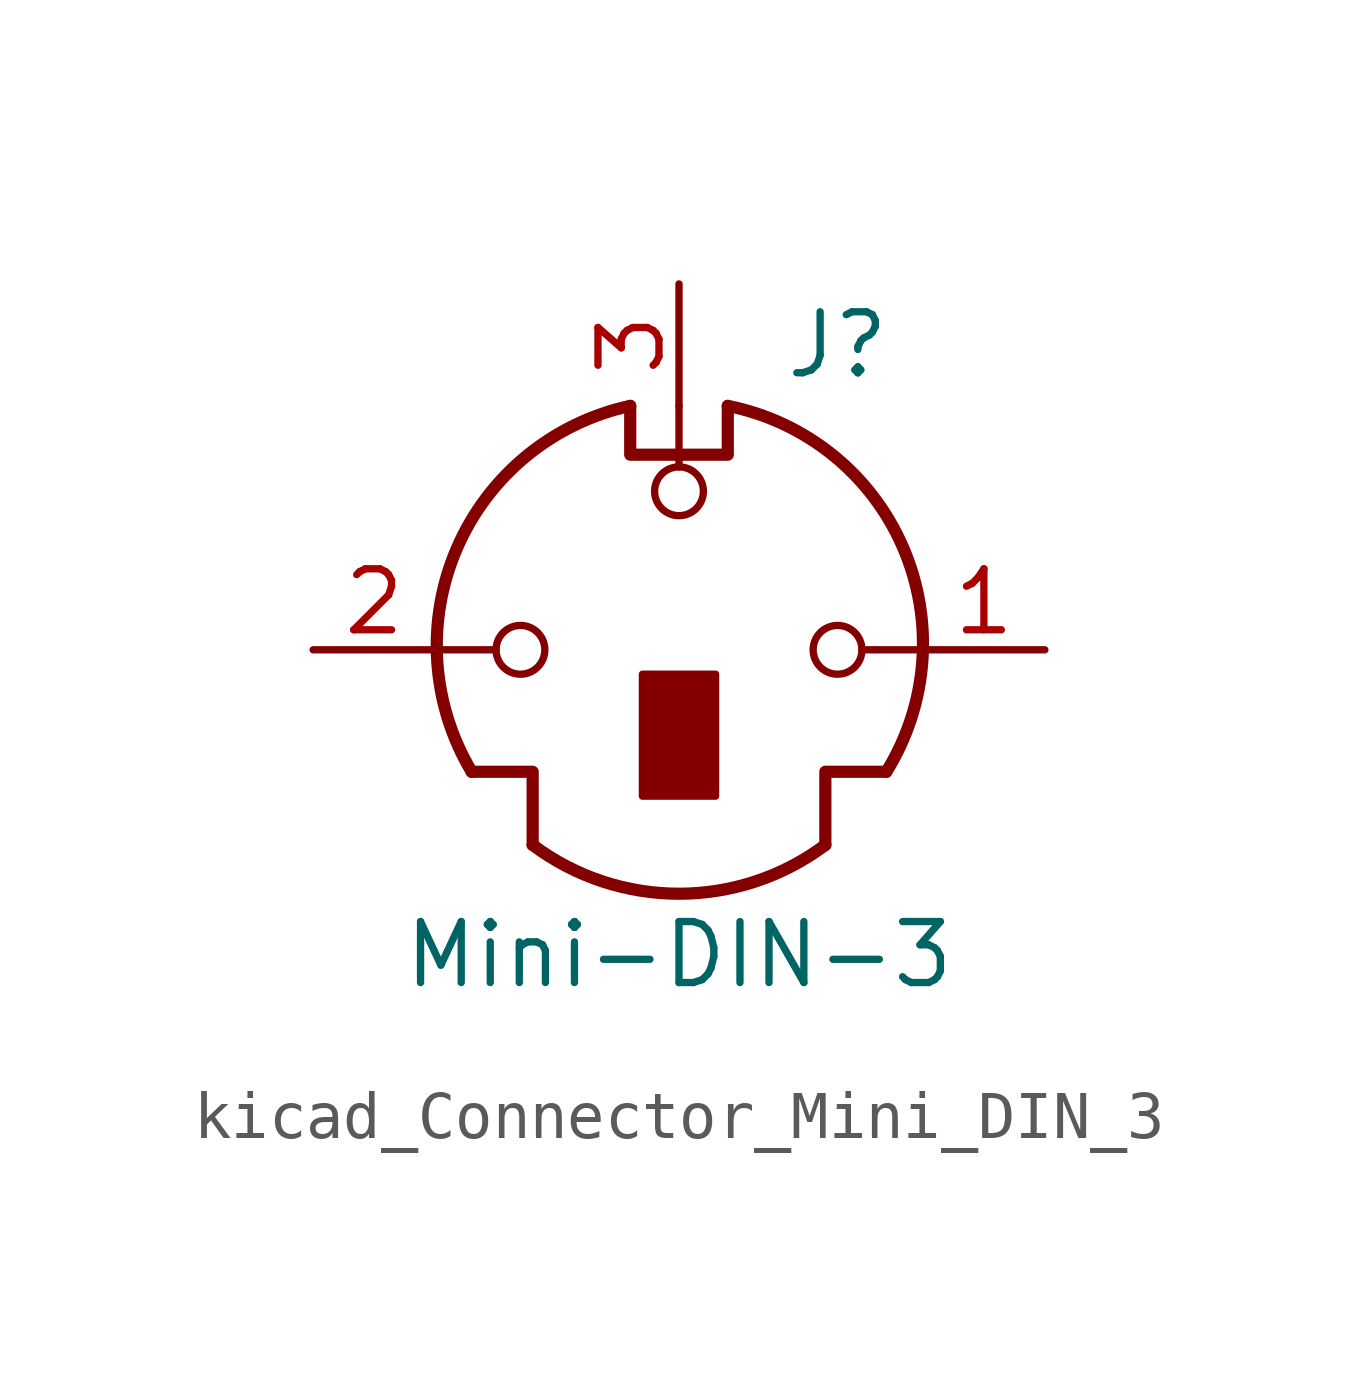
<source format=kicad_sym>
(kicad_symbol_lib
  (version 20220914)
  (generator kicad_symbol_editor)
  (symbol "kicad_Connector_Mini_DIN_3"
    (pin_names
      (offset 1.016))
    (property "Reference" "J"
      (at 3.302 6.35 0)
      (effects (font (size 1.27 1.27))))
    (property "Value" "Mini-DIN-3"
      (at 0 -6.35 0)
      (effects (font (size 1.27 1.27))))
    (symbol "kicad_Connector_Mini_DIN_3_0_1"
      (circle (center -3.302 0) (radius 0.508) (stroke (width 0) (type default)) (fill (type none)))
      (arc (start -3.048 -4.064) (mid 0 -5.08) (end 3.048 -4.064) (stroke (width 0.254) (type default)) (fill (type none)))
      (arc (start -1.016 5.08) (mid -4.6228 2.1214) (end -4.318 -2.54) (stroke (width 0.254) (type default)) (fill (type none)))
      (rectangle (start -0.762 -0.508) (end 0.762 -3.048) (stroke (width 0) (type default)) (fill (type outline)))
      (polyline (pts (xy -3.81 0) (xy -5.08 0)) (stroke (width 0) (type default)) (fill (type none)))
      (polyline (pts (xy 0 3.81) (xy 0 5.08)) (stroke (width 0) (type default)) (fill (type none)))
      (polyline (pts (xy 5.08 0) (xy 3.81 0)) (stroke (width 0) (type default)) (fill (type none)))
      (polyline (pts (xy -4.318 -2.54) (xy -3.048 -2.54) (xy -3.048 -4.064)) (stroke (width 0.254) (type default)) (fill (type none)))
      (polyline (pts (xy 4.318 -2.54) (xy 3.048 -2.54) (xy 3.048 -4.064)) (stroke (width 0.254) (type default)) (fill (type none)))
      (polyline (pts (xy -1.016 5.08) (xy -1.016 4.064) (xy 1.016 4.064) (xy 1.016 5.08)) (stroke (width 0.254) (type default)) (fill (type none)))
      (circle (center 0 3.302) (radius 0.508) (stroke (width 0) (type default)) (fill (type none)))
      (circle (center 3.302 0) (radius 0.508) (stroke (width 0) (type default)) (fill (type none)))
      (arc (start 4.318 -2.54) (mid 4.6661 2.1322) (end 1.016 5.08) (stroke (width 0.254) (type default)) (fill (type none))))
    (symbol "kicad_Connector_Mini_DIN_3_1_1"
      (pin passive line (at 7.62 0 180) (length 2.54) (name "~" (effects (font (size 1.27 1.27)))) (number "1" (effects (font (size 1.27 1.27)))))
      (pin passive line (at -7.62 0 0) (length 2.54) (name "~" (effects (font (size 1.27 1.27)))) (number "2" (effects (font (size 1.27 1.27)))))
      (pin passive line (at 0 7.62 270) (length 2.54) (name "~" (effects (font (size 1.27 1.27)))) (number "3" (effects (font (size 1.27 1.27))))))))
</source>
